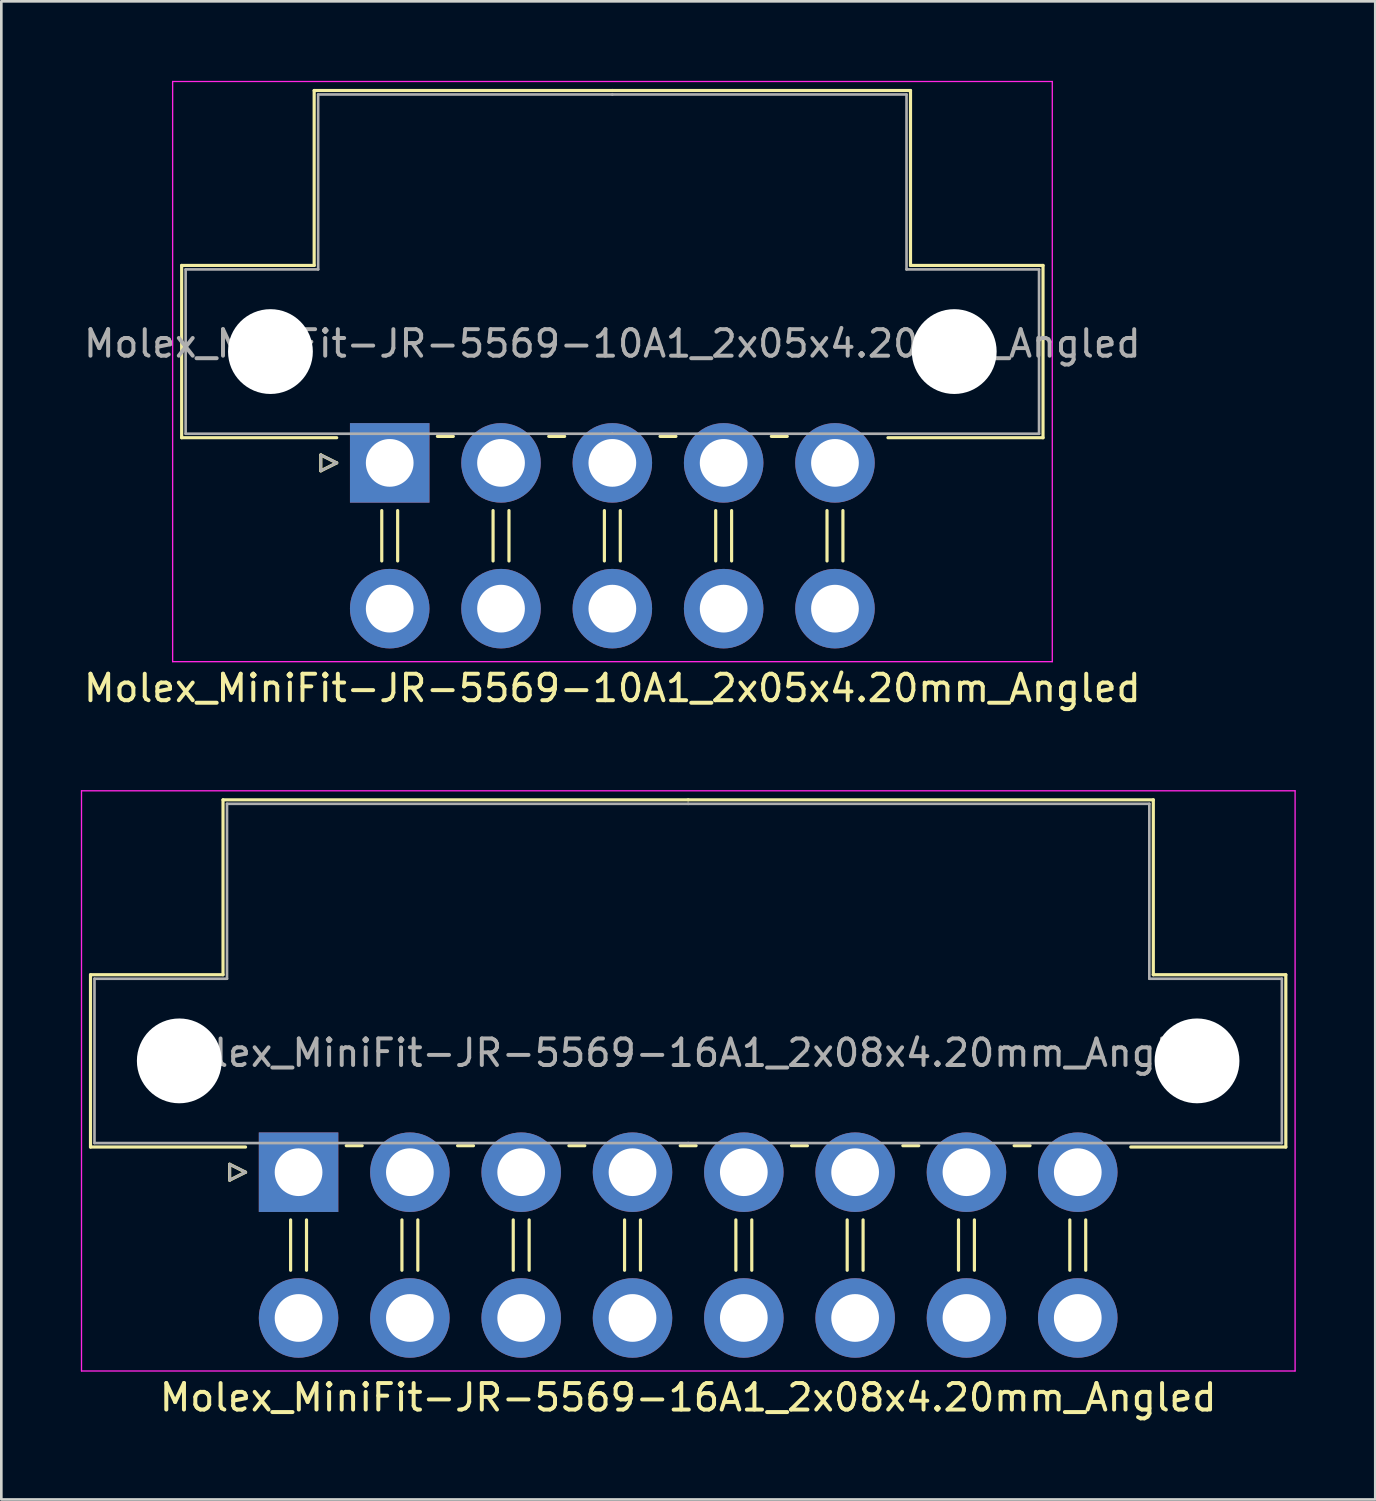
<source format=kicad_pcb>
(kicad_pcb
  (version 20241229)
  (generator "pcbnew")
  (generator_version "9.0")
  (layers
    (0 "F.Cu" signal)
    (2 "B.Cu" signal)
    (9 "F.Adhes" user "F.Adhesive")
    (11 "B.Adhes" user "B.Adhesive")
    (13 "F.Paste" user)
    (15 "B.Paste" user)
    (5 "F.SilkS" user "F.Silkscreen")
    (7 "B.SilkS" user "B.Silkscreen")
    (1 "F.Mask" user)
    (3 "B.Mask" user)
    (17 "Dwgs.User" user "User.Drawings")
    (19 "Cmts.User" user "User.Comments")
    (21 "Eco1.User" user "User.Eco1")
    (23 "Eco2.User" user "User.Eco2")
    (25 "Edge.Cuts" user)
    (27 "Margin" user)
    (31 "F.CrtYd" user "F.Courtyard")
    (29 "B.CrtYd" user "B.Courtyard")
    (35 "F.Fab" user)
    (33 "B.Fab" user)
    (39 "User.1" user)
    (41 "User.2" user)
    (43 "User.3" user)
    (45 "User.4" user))
  (footprint "Molex_MiniFit-JR-5569-16A1_2x08x4.20mm_Angled"
    (layer "F.Cu")
    (at 8.215 41.178)
    (property "Reference" "Molex_MiniFit-JR-5569-16A1_2x08x4.20mm_Angled" (at 14.7 8.5 0) (layer "F.SilkS") (effects (font (size 1 1) (thickness 0.15))))
    (attr through_hole)
    (fp_line (start -7.85 -7.45) (end -7.85 -0.95) (stroke (width 0.12) (type solid)) (layer "F.SilkS"))
    (fp_line (start -7.85 -0.95) (end -2 -0.95) (stroke (width 0.12) (type solid)) (layer "F.SilkS"))
    (fp_line (start -2.85 -14.05) (end -2.85 -7.45) (stroke (width 0.12) (type solid)) (layer "F.SilkS"))
    (fp_line (start -2.85 -7.45) (end -7.85 -7.45) (stroke (width 0.12) (type solid)) (layer "F.SilkS"))
    (fp_line (start -2.6 -0.3) (end -2 0) (stroke (width 0.12) (type solid)) (layer "F.SilkS"))
    (fp_line (start -2.6 0.3) (end -2.6 -0.3) (stroke (width 0.12) (type solid)) (layer "F.SilkS"))
    (fp_line (start -2 0) (end -2.6 0.3) (stroke (width 0.12) (type solid)) (layer "F.SilkS"))
    (fp_line (start -0.3 1.8) (end -0.3 3.7) (stroke (width 0.12) (type solid)) (layer "F.SilkS"))
    (fp_line (start 0.3 1.8) (end 0.3 3.7) (stroke (width 0.12) (type solid)) (layer "F.SilkS"))
    (fp_line (start 1.8 -1) (end 2.4 -1) (stroke (width 0.12) (type solid)) (layer "F.SilkS"))
    (fp_line (start 3.9 1.8) (end 3.9 3.7) (stroke (width 0.12) (type solid)) (layer "F.SilkS"))
    (fp_line (start 4.5 1.8) (end 4.5 3.7) (stroke (width 0.12) (type solid)) (layer "F.SilkS"))
    (fp_line (start 6 -1) (end 6.6 -1) (stroke (width 0.12) (type solid)) (layer "F.SilkS"))
    (fp_line (start 8.1 1.8) (end 8.1 3.7) (stroke (width 0.12) (type solid)) (layer "F.SilkS"))
    (fp_line (start 8.7 1.8) (end 8.7 3.7) (stroke (width 0.12) (type solid)) (layer "F.SilkS"))
    (fp_line (start 10.2 -1) (end 10.8 -1) (stroke (width 0.12) (type solid)) (layer "F.SilkS"))
    (fp_line (start 12.3 1.8) (end 12.3 3.7) (stroke (width 0.12) (type solid)) (layer "F.SilkS"))
    (fp_line (start 12.9 1.8) (end 12.9 3.7) (stroke (width 0.12) (type solid)) (layer "F.SilkS"))
    (fp_line (start 14.4 -1) (end 15 -1) (stroke (width 0.12) (type solid)) (layer "F.SilkS"))
    (fp_line (start 14.7 -14.05) (end -2.85 -14.05) (stroke (width 0.12) (type solid)) (layer "F.SilkS"))
    (fp_line (start 14.7 -14.05) (end 32.25 -14.05) (stroke (width 0.12) (type solid)) (layer "F.SilkS"))
    (fp_line (start 16.5 1.8) (end 16.5 3.7) (stroke (width 0.12) (type solid)) (layer "F.SilkS"))
    (fp_line (start 17.1 1.8) (end 17.1 3.7) (stroke (width 0.12) (type solid)) (layer "F.SilkS"))
    (fp_line (start 18.6 -1) (end 19.2 -1) (stroke (width 0.12) (type solid)) (layer "F.SilkS"))
    (fp_line (start 20.7 1.8) (end 20.7 3.7) (stroke (width 0.12) (type solid)) (layer "F.SilkS"))
    (fp_line (start 21.3 1.8) (end 21.3 3.7) (stroke (width 0.12) (type solid)) (layer "F.SilkS"))
    (fp_line (start 22.8 -1) (end 23.4 -1) (stroke (width 0.12) (type solid)) (layer "F.SilkS"))
    (fp_line (start 24.9 1.8) (end 24.9 3.7) (stroke (width 0.12) (type solid)) (layer "F.SilkS"))
    (fp_line (start 25.5 1.8) (end 25.5 3.7) (stroke (width 0.12) (type solid)) (layer "F.SilkS"))
    (fp_line (start 27 -1) (end 27.6 -1) (stroke (width 0.12) (type solid)) (layer "F.SilkS"))
    (fp_line (start 29.1 1.8) (end 29.1 3.7) (stroke (width 0.12) (type solid)) (layer "F.SilkS"))
    (fp_line (start 29.7 1.8) (end 29.7 3.7) (stroke (width 0.12) (type solid)) (layer "F.SilkS"))
    (fp_line (start 32.25 -14.05) (end 32.25 -7.45) (stroke (width 0.12) (type solid)) (layer "F.SilkS"))
    (fp_line (start 32.25 -7.45) (end 37.25 -7.45) (stroke (width 0.12) (type solid)) (layer "F.SilkS"))
    (fp_line (start 37.25 -7.45) (end 37.25 -0.95) (stroke (width 0.12) (type solid)) (layer "F.SilkS"))
    (fp_line (start 37.25 -0.95) (end 31.4 -0.95) (stroke (width 0.12) (type solid)) (layer "F.SilkS"))
    (fp_line (start -8.19 -14.39) (end -8.19 7.5) (stroke (width 0.05) (type solid)) (layer "F.CrtYd"))
    (fp_line (start -8.19 7.5) (end 37.6 7.5) (stroke (width 0.05) (type solid)) (layer "F.CrtYd"))
    (fp_line (start 37.6 -14.39) (end -8.19 -14.39) (stroke (width 0.05) (type solid)) (layer "F.CrtYd"))
    (fp_line (start 37.6 7.5) (end 37.6 -14.39) (stroke (width 0.05) (type solid)) (layer "F.CrtYd"))
    (fp_line (start -7.7 -7.3) (end -7.7 -1.1) (stroke (width 0.1) (type solid)) (layer "F.Fab"))
    (fp_line (start -7.7 -1.1) (end 14.7 -1.1) (stroke (width 0.1) (type solid)) (layer "F.Fab"))
    (fp_line (start -2.7 -13.9) (end -2.7 -7.3) (stroke (width 0.1) (type solid)) (layer "F.Fab"))
    (fp_line (start -2.7 -7.3) (end -7.7 -7.3) (stroke (width 0.1) (type solid)) (layer "F.Fab"))
    (fp_line (start -2.6 -0.3) (end -2 0) (stroke (width 0.1) (type solid)) (layer "F.Fab"))
    (fp_line (start -2.6 0.3) (end -2.6 -0.3) (stroke (width 0.1) (type solid)) (layer "F.Fab"))
    (fp_line (start -2 0) (end -2.6 0.3) (stroke (width 0.1) (type solid)) (layer "F.Fab"))
    (fp_line (start 14.7 -13.9) (end -2.7 -13.9) (stroke (width 0.1) (type solid)) (layer "F.Fab"))
    (fp_line (start 14.7 -13.9) (end 32.1 -13.9) (stroke (width 0.1) (type solid)) (layer "F.Fab"))
    (fp_line (start 32.1 -13.9) (end 32.1 -7.3) (stroke (width 0.1) (type solid)) (layer "F.Fab"))
    (fp_line (start 32.1 -7.3) (end 37.1 -7.3) (stroke (width 0.1) (type solid)) (layer "F.Fab"))
    (fp_line (start 37.1 -7.3) (end 37.1 -1.1) (stroke (width 0.1) (type solid)) (layer "F.Fab"))
    (fp_line (start 37.1 -1.1) (end 14.7 -1.1) (stroke (width 0.1) (type solid)) (layer "F.Fab"))
    (fp_text user "${REFERENCE}" (at 14.7 -4.5 0) (layer "F.Fab") (effects (font (size 1 1) (thickness 0.15))))
    (pad "" np_thru_hole circle (at -4.5 -4.2) (size 3.2 3.2) (drill 3.2) (layers "*.Cu" "*.Mask"))
    (pad "" np_thru_hole circle (at 33.9 -4.2) (size 3.2 3.2) (drill 3.2) (layers "*.Cu" "*.Mask"))
    (pad "1" thru_hole rect (at 0 0) (size 3 3) (drill 1.8) (layers "*.Cu" "*.Mask"))
    (pad "2" thru_hole circle (at 4.2 0) (size 3 3) (drill 1.8) (layers "*.Cu" "*.Mask"))
    (pad "3" thru_hole circle (at 8.4 0) (size 3 3) (drill 1.8) (layers "*.Cu" "*.Mask"))
    (pad "4" thru_hole circle (at 12.6 0) (size 3 3) (drill 1.8) (layers "*.Cu" "*.Mask"))
    (pad "5" thru_hole circle (at 16.8 0) (size 3 3) (drill 1.8) (layers "*.Cu" "*.Mask"))
    (pad "6" thru_hole circle (at 21 0) (size 3 3) (drill 1.8) (layers "*.Cu" "*.Mask"))
    (pad "7" thru_hole circle (at 25.2 0) (size 3 3) (drill 1.8) (layers "*.Cu" "*.Mask"))
    (pad "8" thru_hole circle (at 29.4 0) (size 3 3) (drill 1.8) (layers "*.Cu" "*.Mask"))
    (pad "9" thru_hole circle (at 0 5.5) (size 3 3) (drill 1.8) (layers "*.Cu" "*.Mask"))
    (pad "10" thru_hole circle (at 4.2 5.5) (size 3 3) (drill 1.8) (layers "*.Cu" "*.Mask"))
    (pad "11" thru_hole circle (at 8.4 5.5) (size 3 3) (drill 1.8) (layers "*.Cu" "*.Mask"))
    (pad "12" thru_hole circle (at 12.6 5.5) (size 3 3) (drill 1.8) (layers "*.Cu" "*.Mask"))
    (pad "13" thru_hole circle (at 16.8 5.5) (size 3 3) (drill 1.8) (layers "*.Cu" "*.Mask"))
    (pad "14" thru_hole circle (at 21 5.5) (size 3 3) (drill 1.8) (layers "*.Cu" "*.Mask"))
    (pad "15" thru_hole circle (at 25.2 5.5) (size 3 3) (drill 1.8) (layers "*.Cu" "*.Mask"))
    (pad "16" thru_hole circle (at 29.4 5.5) (size 3 3) (drill 1.8) (layers "*.Cu" "*.Mask")))
  (footprint "Molex_MiniFit-JR-5569-10A1_2x05x4.20mm_Angled"
    (layer "F.Cu")
    (at 11.654 14.415)
    (property "Reference" "Molex_MiniFit-JR-5569-10A1_2x05x4.20mm_Angled" (at 8.4 8.5 0) (layer "F.SilkS") (effects (font (size 1 1) (thickness 0.15))))
    (attr through_hole)
    (fp_line (start -7.85 -7.45) (end -7.85 -0.95) (stroke (width 0.12) (type solid)) (layer "F.SilkS"))
    (fp_line (start -7.85 -0.95) (end -2 -0.95) (stroke (width 0.12) (type solid)) (layer "F.SilkS"))
    (fp_line (start -2.85 -14.05) (end -2.85 -7.45) (stroke (width 0.12) (type solid)) (layer "F.SilkS"))
    (fp_line (start -2.85 -7.45) (end -7.85 -7.45) (stroke (width 0.12) (type solid)) (layer "F.SilkS"))
    (fp_line (start -2.6 -0.3) (end -2 0) (stroke (width 0.12) (type solid)) (layer "F.SilkS"))
    (fp_line (start -2.6 0.3) (end -2.6 -0.3) (stroke (width 0.12) (type solid)) (layer "F.SilkS"))
    (fp_line (start -2 0) (end -2.6 0.3) (stroke (width 0.12) (type solid)) (layer "F.SilkS"))
    (fp_line (start -0.3 1.8) (end -0.3 3.7) (stroke (width 0.12) (type solid)) (layer "F.SilkS"))
    (fp_line (start 0.3 1.8) (end 0.3 3.7) (stroke (width 0.12) (type solid)) (layer "F.SilkS"))
    (fp_line (start 1.8 -1) (end 2.4 -1) (stroke (width 0.12) (type solid)) (layer "F.SilkS"))
    (fp_line (start 3.9 1.8) (end 3.9 3.7) (stroke (width 0.12) (type solid)) (layer "F.SilkS"))
    (fp_line (start 4.5 1.8) (end 4.5 3.7) (stroke (width 0.12) (type solid)) (layer "F.SilkS"))
    (fp_line (start 6 -1) (end 6.6 -1) (stroke (width 0.12) (type solid)) (layer "F.SilkS"))
    (fp_line (start 8.1 1.8) (end 8.1 3.7) (stroke (width 0.12) (type solid)) (layer "F.SilkS"))
    (fp_line (start 8.4 -14.05) (end -2.85 -14.05) (stroke (width 0.12) (type solid)) (layer "F.SilkS"))
    (fp_line (start 8.4 -14.05) (end 19.65 -14.05) (stroke (width 0.12) (type solid)) (layer "F.SilkS"))
    (fp_line (start 8.7 1.8) (end 8.7 3.7) (stroke (width 0.12) (type solid)) (layer "F.SilkS"))
    (fp_line (start 10.2 -1) (end 10.8 -1) (stroke (width 0.12) (type solid)) (layer "F.SilkS"))
    (fp_line (start 12.3 1.8) (end 12.3 3.7) (stroke (width 0.12) (type solid)) (layer "F.SilkS"))
    (fp_line (start 12.9 1.8) (end 12.9 3.7) (stroke (width 0.12) (type solid)) (layer "F.SilkS"))
    (fp_line (start 14.4 -1) (end 15 -1) (stroke (width 0.12) (type solid)) (layer "F.SilkS"))
    (fp_line (start 16.5 1.8) (end 16.5 3.7) (stroke (width 0.12) (type solid)) (layer "F.SilkS"))
    (fp_line (start 17.1 1.8) (end 17.1 3.7) (stroke (width 0.12) (type solid)) (layer "F.SilkS"))
    (fp_line (start 19.65 -14.05) (end 19.65 -7.45) (stroke (width 0.12) (type solid)) (layer "F.SilkS"))
    (fp_line (start 19.65 -7.45) (end 24.65 -7.45) (stroke (width 0.12) (type solid)) (layer "F.SilkS"))
    (fp_line (start 24.65 -7.45) (end 24.65 -0.95) (stroke (width 0.12) (type solid)) (layer "F.SilkS"))
    (fp_line (start 24.65 -0.95) (end 18.8 -0.95) (stroke (width 0.12) (type solid)) (layer "F.SilkS"))
    (fp_line (start -8.19 -14.39) (end -8.19 7.5) (stroke (width 0.05) (type solid)) (layer "F.CrtYd"))
    (fp_line (start -8.19 7.5) (end 25 7.5) (stroke (width 0.05) (type solid)) (layer "F.CrtYd"))
    (fp_line (start 25 -14.39) (end -8.19 -14.39) (stroke (width 0.05) (type solid)) (layer "F.CrtYd"))
    (fp_line (start 25 7.5) (end 25 -14.39) (stroke (width 0.05) (type solid)) (layer "F.CrtYd"))
    (fp_line (start -7.7 -7.3) (end -7.7 -1.1) (stroke (width 0.1) (type solid)) (layer "F.Fab"))
    (fp_line (start -7.7 -1.1) (end 8.4 -1.1) (stroke (width 0.1) (type solid)) (layer "F.Fab"))
    (fp_line (start -2.7 -13.9) (end -2.7 -7.3) (stroke (width 0.1) (type solid)) (layer "F.Fab"))
    (fp_line (start -2.7 -7.3) (end -7.7 -7.3) (stroke (width 0.1) (type solid)) (layer "F.Fab"))
    (fp_line (start -2.6 -0.3) (end -2 0) (stroke (width 0.1) (type solid)) (layer "F.Fab"))
    (fp_line (start -2.6 0.3) (end -2.6 -0.3) (stroke (width 0.1) (type solid)) (layer "F.Fab"))
    (fp_line (start -2 0) (end -2.6 0.3) (stroke (width 0.1) (type solid)) (layer "F.Fab"))
    (fp_line (start 8.4 -13.9) (end -2.7 -13.9) (stroke (width 0.1) (type solid)) (layer "F.Fab"))
    (fp_line (start 8.4 -13.9) (end 19.5 -13.9) (stroke (width 0.1) (type solid)) (layer "F.Fab"))
    (fp_line (start 19.5 -13.9) (end 19.5 -7.3) (stroke (width 0.1) (type solid)) (layer "F.Fab"))
    (fp_line (start 19.5 -7.3) (end 24.5 -7.3) (stroke (width 0.1) (type solid)) (layer "F.Fab"))
    (fp_line (start 24.5 -7.3) (end 24.5 -1.1) (stroke (width 0.1) (type solid)) (layer "F.Fab"))
    (fp_line (start 24.5 -1.1) (end 8.4 -1.1) (stroke (width 0.1) (type solid)) (layer "F.Fab"))
    (fp_text user "${REFERENCE}" (at 8.4 -4.5 0) (layer "F.Fab") (effects (font (size 1 1) (thickness 0.15))))
    (pad "" np_thru_hole circle (at -4.5 -4.2) (size 3.2 3.2) (drill 3.2) (layers "*.Cu" "*.Mask"))
    (pad "" np_thru_hole circle (at 21.3 -4.2) (size 3.2 3.2) (drill 3.2) (layers "*.Cu" "*.Mask"))
    (pad "1" thru_hole rect (at 0 0) (size 3 3) (drill 1.8) (layers "*.Cu" "*.Mask"))
    (pad "2" thru_hole circle (at 4.2 0) (size 3 3) (drill 1.8) (layers "*.Cu" "*.Mask"))
    (pad "3" thru_hole circle (at 8.4 0) (size 3 3) (drill 1.8) (layers "*.Cu" "*.Mask"))
    (pad "4" thru_hole circle (at 12.6 0) (size 3 3) (drill 1.8) (layers "*.Cu" "*.Mask"))
    (pad "5" thru_hole circle (at 16.8 0) (size 3 3) (drill 1.8) (layers "*.Cu" "*.Mask"))
    (pad "6" thru_hole circle (at 0 5.5) (size 3 3) (drill 1.8) (layers "*.Cu" "*.Mask"))
    (pad "7" thru_hole circle (at 4.2 5.5) (size 3 3) (drill 1.8) (layers "*.Cu" "*.Mask"))
    (pad "8" thru_hole circle (at 8.4 5.5) (size 3 3) (drill 1.8) (layers "*.Cu" "*.Mask"))
    (pad "9" thru_hole circle (at 12.6 5.5) (size 3 3) (drill 1.8) (layers "*.Cu" "*.Mask"))
    (pad "10" thru_hole circle (at 16.8 5.5) (size 3 3) (drill 1.8) (layers "*.Cu" "*.Mask")))
  (gr_rect
    (start -3 -3)
    (end 48.84 53.526)
    (stroke (width 0.1) (type default))
    (fill no)
    (layer "Edge.Cuts")))
</source>
